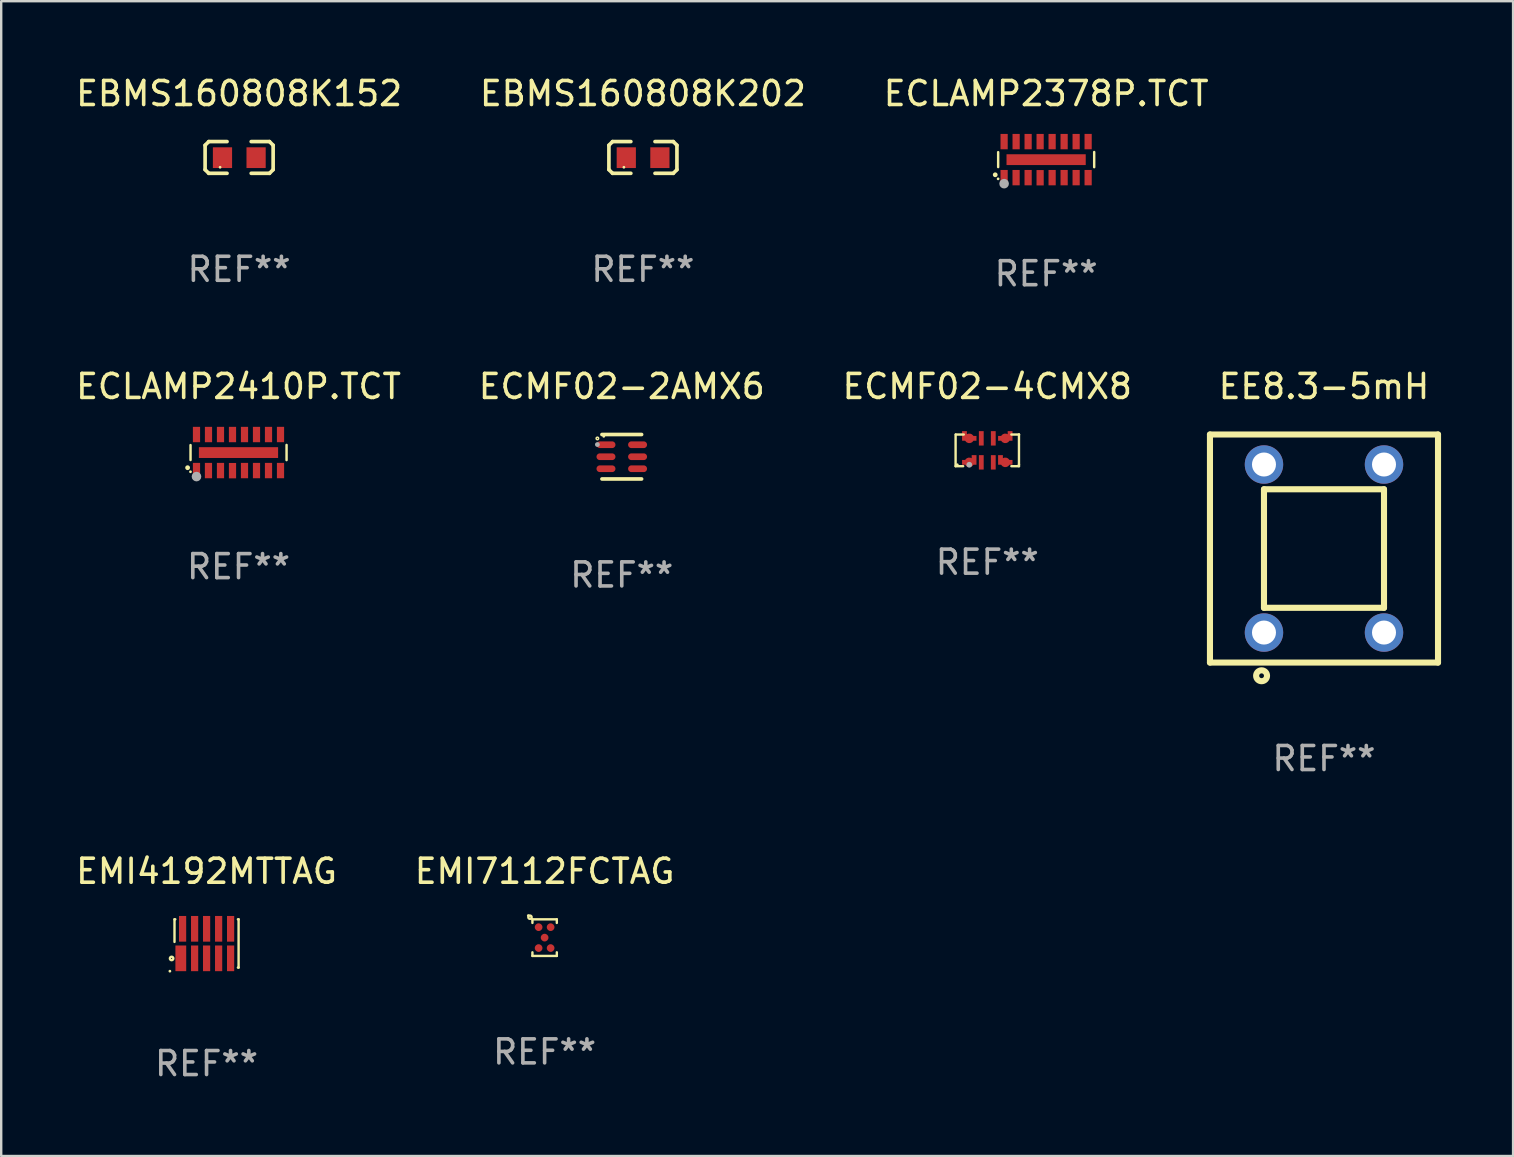
<source format=kicad_pcb>
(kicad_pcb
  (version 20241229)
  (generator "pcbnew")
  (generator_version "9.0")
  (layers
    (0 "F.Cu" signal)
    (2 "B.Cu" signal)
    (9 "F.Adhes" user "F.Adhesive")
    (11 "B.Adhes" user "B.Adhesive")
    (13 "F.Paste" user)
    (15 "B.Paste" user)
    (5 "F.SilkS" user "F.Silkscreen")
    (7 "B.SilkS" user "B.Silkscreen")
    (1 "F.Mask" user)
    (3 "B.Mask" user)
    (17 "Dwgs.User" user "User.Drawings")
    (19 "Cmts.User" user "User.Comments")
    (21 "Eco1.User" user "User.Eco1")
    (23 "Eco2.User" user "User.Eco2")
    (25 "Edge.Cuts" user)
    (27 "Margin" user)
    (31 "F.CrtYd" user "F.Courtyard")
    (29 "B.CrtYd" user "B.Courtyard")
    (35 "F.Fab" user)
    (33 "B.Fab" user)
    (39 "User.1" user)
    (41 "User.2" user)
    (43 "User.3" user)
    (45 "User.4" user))
  (footprint "EMI4192MTTAG"
    (layer "F.Cu")
    (at 5.554 36.251)
    (property "Reference" "EMI4192MTTAG" (at 0 -3.005 0) (layer "F.SilkS") (effects (font (size 1 1) (thickness 0.15))))
    (attr through_hole)
    (fp_line (start -1.335 -1.005) (end -1.335 -0.064) (stroke (width 0.1) (type solid)) (layer "F.SilkS"))
    (fp_line (start -1.302 -1.005) (end -1.335 -1.005) (stroke (width 0.1) (type solid)) (layer "F.SilkS"))
    (fp_line (start 1.335 -1.005) (end 1.307 -1.005) (stroke (width 0.1) (type solid)) (layer "F.SilkS"))
    (fp_line (start 1.335 -1.005) (end 1.335 1.005) (stroke (width 0.1) (type solid)) (layer "F.SilkS"))
    (fp_line (start 1.335 1.005) (end 1.307 1.005) (stroke (width 0.1) (type solid)) (layer "F.SilkS"))
    (fp_circle (center -1.527 1.155) (end -1.497 1.155) (stroke (width 0.06) (type solid)) (fill no) (layer "F.SilkS"))
    (fp_circle (center -1.455 0.625) (end -1.433 0.625) (stroke (width 0.1) (type solid)) (fill no) (layer "F.SilkS"))
    (fp_text user "REF**" (at 0 5.005 0) (layer "F.Fab") (effects (font (size 1 1) (thickness 0.15))))
    (pad "1" smd rect (at -1.072 0.62) (size 0.45 1.07) (layers "F.Cu" "F.Mask" "F.Paste"))
    (pad "2" smd rect (at -0.497 0.62) (size 0.3 1.07) (layers "F.Cu" "F.Mask" "F.Paste"))
    (pad "3" smd rect (at 0.002 0.62) (size 0.3 1.07) (layers "F.Cu" "F.Mask" "F.Paste"))
    (pad "4" smd rect (at 0.503 0.62) (size 0.3 1.07) (layers "F.Cu" "F.Mask" "F.Paste"))
    (pad "5" smd rect (at 1.002 0.62) (size 0.3 1.07) (layers "F.Cu" "F.Mask" "F.Paste"))
    (pad "6" smd rect (at 1.002 -0.61) (size 0.3 1.07) (layers "F.Cu" "F.Mask" "F.Paste"))
    (pad "7" smd rect (at 0.503 -0.61) (size 0.3 1.07) (layers "F.Cu" "F.Mask" "F.Paste"))
    (pad "8" smd rect (at 0.002 -0.61) (size 0.3 1.07) (layers "F.Cu" "F.Mask" "F.Paste"))
    (pad "9" smd rect (at -0.497 -0.61) (size 0.3 1.07) (layers "F.Cu" "F.Mask" "F.Paste"))
    (pad "10" smd rect (at -0.998 -0.61) (size 0.3 1.07) (layers "F.Cu" "F.Mask" "F.Paste")))
  (footprint "ECLAMP2410P.TCT"
    (layer "F.Cu")
    (at 6.887 15.803)
    (property "Reference" "ECLAMP2410P.TCT" (at 0 -2.753 0) (layer "F.SilkS") (effects (font (size 1 1) (thickness 0.15))))
    (attr through_hole)
    (fp_line (start -2 -0.312) (end -2 0.309) (stroke (width 0.102) (type solid)) (layer "F.SilkS"))
    (fp_line (start 2 -0.318) (end 2 0.313) (stroke (width 0.102) (type solid)) (layer "F.SilkS"))
    (fp_circle (center -2.122 0.63) (end -2.072 0.63) (stroke (width 0.1) (type solid)) (fill no) (layer "F.SilkS"))
    (fp_circle (center -2.002 0.799) (end -1.972 0.799) (stroke (width 0.06) (type solid)) (fill no) (layer "F.SilkS"))
    (fp_circle (center -1.752 1) (end -1.752 1) (stroke (width 0.2) (type solid)) (fill no) (layer "F.Fab"))
    (fp_text user "REF**" (at 0 4.753 0) (layer "F.Fab") (effects (font (size 1 1) (thickness 0.15))))
    (pad "1" smd rect (at -1.752 0.749 180) (size 0.3 0.64) (layers "F.Cu" "F.Mask" "F.Paste"))
    (pad "2" smd rect (at -1.253 0.749 180) (size 0.3 0.64) (layers "F.Cu" "F.Mask" "F.Paste"))
    (pad "3" smd rect (at -0.752 0.749 180) (size 0.3 0.64) (layers "F.Cu" "F.Mask" "F.Paste"))
    (pad "4" smd rect (at -0.252 0.753 180) (size 0.3 0.64) (layers "F.Cu" "F.Mask" "F.Paste"))
    (pad "5" smd rect (at 0.248 0.749 180) (size 0.3 0.64) (layers "F.Cu" "F.Mask" "F.Paste"))
    (pad "6" smd rect (at 0.748 0.749 180) (size 0.3 0.64) (layers "F.Cu" "F.Mask" "F.Paste"))
    (pad "7" smd rect (at 1.248 0.749 180) (size 0.3 0.64) (layers "F.Cu" "F.Mask" "F.Paste"))
    (pad "8" smd rect (at 1.748 0.749 180) (size 0.3 0.64) (layers "F.Cu" "F.Mask" "F.Paste"))
    (pad "9" smd rect (at 1.748 -0.753 180) (size 0.3 0.64) (layers "F.Cu" "F.Mask" "F.Paste"))
    (pad "10" smd rect (at 1.248 -0.752 180) (size 0.3 0.64) (layers "F.Cu" "F.Mask" "F.Paste"))
    (pad "11" smd rect (at 0.748 -0.752 180) (size 0.3 0.64) (layers "F.Cu" "F.Mask" "F.Paste"))
    (pad "12" smd rect (at 0.248 -0.752 180) (size 0.3 0.64) (layers "F.Cu" "F.Mask" "F.Paste"))
    (pad "13" smd rect (at -0.252 -0.752 180) (size 0.3 0.64) (layers "F.Cu" "F.Mask" "F.Paste"))
    (pad "14" smd rect (at -0.752 -0.752 180) (size 0.3 0.64) (layers "F.Cu" "F.Mask" "F.Paste"))
    (pad "15" smd rect (at -1.252 -0.752 180) (size 0.3 0.64) (layers "F.Cu" "F.Mask" "F.Paste"))
    (pad "16" smd rect (at -1.752 -0.752 180) (size 0.3 0.64) (layers "F.Cu" "F.Mask" "F.Paste"))
    (pad "17" smd rect (at -0.002 -0.000127 270) (size 0.45 3.3) (layers "F.Cu" "F.Mask" "F.Paste")))
  (footprint "ECLAMP2378P.TCT"
    (layer "F.Cu")
    (at 40.53 3.601)
    (property "Reference" "ECLAMP2378P.TCT" (at 0 -2.753 0) (layer "F.SilkS") (effects (font (size 1 1) (thickness 0.15))))
    (attr through_hole)
    (fp_line (start -2 -0.312) (end -2 0.309) (stroke (width 0.102) (type solid)) (layer "F.SilkS"))
    (fp_line (start 2 -0.318) (end 2 0.313) (stroke (width 0.102) (type solid)) (layer "F.SilkS"))
    (fp_circle (center -2.122 0.63) (end -2.072 0.63) (stroke (width 0.1) (type solid)) (fill no) (layer "F.SilkS"))
    (fp_circle (center -2.002 0.799) (end -1.972 0.799) (stroke (width 0.06) (type solid)) (fill no) (layer "F.SilkS"))
    (fp_circle (center -1.752 1) (end -1.752 1) (stroke (width 0.2) (type solid)) (fill no) (layer "F.Fab"))
    (fp_text user "REF**" (at 0 4.753 0) (layer "F.Fab") (effects (font (size 1 1) (thickness 0.15))))
    (pad "1" smd rect (at -1.752 0.749 180) (size 0.3 0.64) (layers "F.Cu" "F.Mask" "F.Paste"))
    (pad "2" smd rect (at -1.253 0.749 180) (size 0.3 0.64) (layers "F.Cu" "F.Mask" "F.Paste"))
    (pad "3" smd rect (at -0.752 0.749 180) (size 0.3 0.64) (layers "F.Cu" "F.Mask" "F.Paste"))
    (pad "4" smd rect (at -0.252 0.753 180) (size 0.3 0.64) (layers "F.Cu" "F.Mask" "F.Paste"))
    (pad "5" smd rect (at 0.248 0.749 180) (size 0.3 0.64) (layers "F.Cu" "F.Mask" "F.Paste"))
    (pad "6" smd rect (at 0.748 0.749 180) (size 0.3 0.64) (layers "F.Cu" "F.Mask" "F.Paste"))
    (pad "7" smd rect (at 1.248 0.749 180) (size 0.3 0.64) (layers "F.Cu" "F.Mask" "F.Paste"))
    (pad "8" smd rect (at 1.748 0.749 180) (size 0.3 0.64) (layers "F.Cu" "F.Mask" "F.Paste"))
    (pad "9" smd rect (at 1.748 -0.753 180) (size 0.3 0.64) (layers "F.Cu" "F.Mask" "F.Paste"))
    (pad "10" smd rect (at 1.248 -0.752 180) (size 0.3 0.64) (layers "F.Cu" "F.Mask" "F.Paste"))
    (pad "11" smd rect (at 0.748 -0.752 180) (size 0.3 0.64) (layers "F.Cu" "F.Mask" "F.Paste"))
    (pad "12" smd rect (at 0.248 -0.752 180) (size 0.3 0.64) (layers "F.Cu" "F.Mask" "F.Paste"))
    (pad "13" smd rect (at -0.252 -0.752 180) (size 0.3 0.64) (layers "F.Cu" "F.Mask" "F.Paste"))
    (pad "14" smd rect (at -0.752 -0.752 180) (size 0.3 0.64) (layers "F.Cu" "F.Mask" "F.Paste"))
    (pad "15" smd rect (at -1.252 -0.752 180) (size 0.3 0.64) (layers "F.Cu" "F.Mask" "F.Paste"))
    (pad "16" smd rect (at -1.752 -0.752 180) (size 0.3 0.64) (layers "F.Cu" "F.Mask" "F.Paste"))
    (pad "17" smd rect (at -0.002 -0.000127 270) (size 0.45 3.3) (layers "F.Cu" "F.Mask" "F.Paste")))
  (footprint "EBMS160808K152"
    (layer "F.Cu")
    (at 6.911 3.509)
    (property "Reference" "EBMS160808K152" (at 0 -2.661 0) (layer "F.SilkS") (effects (font (size 1 1) (thickness 0.15))))
    (attr through_hole)
    (fp_line (start -1.417 -0.508) (end -1.265 -0.661) (stroke (width 0.152) (type solid)) (layer "F.SilkS"))
    (fp_line (start -1.417 0.508) (end -1.417 -0.508) (stroke (width 0.152) (type solid)) (layer "F.SilkS"))
    (fp_line (start -1.265 -0.661) (end -0.503 -0.661) (stroke (width 0.152) (type solid)) (layer "F.SilkS"))
    (fp_line (start -1.265 0.661) (end -1.417 0.508) (stroke (width 0.152) (type solid)) (layer "F.SilkS"))
    (fp_line (start -1.265 0.661) (end -0.503 0.661) (stroke (width 0.152) (type solid)) (layer "F.SilkS"))
    (fp_line (start 1.265 -0.661) (end 0.503 -0.661) (stroke (width 0.152) (type solid)) (layer "F.SilkS"))
    (fp_line (start 1.265 -0.661) (end 1.417 -0.508) (stroke (width 0.152) (type solid)) (layer "F.SilkS"))
    (fp_line (start 1.265 0.661) (end 0.503 0.661) (stroke (width 0.152) (type solid)) (layer "F.SilkS"))
    (fp_line (start 1.417 -0.508) (end 1.417 0.508) (stroke (width 0.152) (type solid)) (layer "F.SilkS"))
    (fp_line (start 1.417 0.508) (end 1.265 0.661) (stroke (width 0.152) (type solid)) (layer "F.SilkS"))
    (fp_circle (center -0.793 0.409) (end -0.763 0.409) (stroke (width 0.06) (type solid)) (fill no) (layer "F.SilkS"))
    (fp_text user "REF**" (at 0 4.661 0) (layer "F.Fab") (effects (font (size 1 1) (thickness 0.15))))
    (pad "1" smd rect (at -0.693 0.009 180) (size 0.8 0.864) (layers "F.Cu" "F.Mask" "F.Paste"))
    (pad "2" smd rect (at 0.707 0.009 180) (size 0.8 0.864) (layers "F.Cu" "F.Mask" "F.Paste")))
  (footprint "EE8.3-5mH"
    (layer "F.Cu")
    (at 52.103 19.8)
    (property "Reference" "EE8.3-5mH" (at 0 -6.75 0) (layer "F.SilkS") (effects (font (size 1 1) (thickness 0.15))))
    (attr through_hole)
    (fp_line (start -4.75 -4.75) (end 4.75 -4.75) (stroke (width 0.254) (type solid)) (layer "F.SilkS"))
    (fp_line (start -4.75 4.75) (end -4.75 -4.75) (stroke (width 0.254) (type solid)) (layer "F.SilkS"))
    (fp_line (start -2.5 -2.469) (end 2.5 -2.469) (stroke (width 0.254) (type solid)) (layer "F.SilkS"))
    (fp_line (start -2.5 2.469) (end -2.5 -2.469) (stroke (width 0.254) (type solid)) (layer "F.SilkS"))
    (fp_line (start 2.5 -2.469) (end 2.5 2.469) (stroke (width 0.254) (type solid)) (layer "F.SilkS"))
    (fp_line (start 2.5 2.469) (end -2.5 2.469) (stroke (width 0.254) (type solid)) (layer "F.SilkS"))
    (fp_line (start 4.75 -4.75) (end 4.75 4.75) (stroke (width 0.254) (type solid)) (layer "F.SilkS"))
    (fp_line (start 4.75 4.75) (end -4.75 4.75) (stroke (width 0.254) (type solid)) (layer "F.SilkS"))
    (fp_circle (center -4.5 4.75) (end -4.47 4.75) (stroke (width 0.06) (type solid)) (fill no) (layer "F.SilkS"))
    (fp_circle (center -2.6 5.3) (end -2.5 5.3) (stroke (width 0.254) (type solid)) (fill no) (layer "F.SilkS"))
    (fp_text user "REF**" (at 0 8.75 0) (layer "F.Fab") (effects (font (size 1 1) (thickness 0.15))))
    (pad "1" thru_hole circle (at -2.5 3.5) (size 1.6 1.6) (drill 1) (layers "*.Cu" "*.Mask"))
    (pad "2" thru_hole circle (at 2.5 3.5) (size 1.6 1.6) (drill 1) (layers "*.Cu" "*.Mask"))
    (pad "3" thru_hole circle (at 2.5 -3.5) (size 1.6 1.6) (drill 1) (layers "*.Cu" "*.Mask"))
    (pad "4" thru_hole circle (at -2.5 -3.5) (size 1.6 1.6) (drill 1) (layers "*.Cu" "*.Mask")))
  (footprint "ECMF02-4CMX8"
    (layer "F.Cu")
    (at 38.077 15.71)
    (property "Reference" "ECMF02-4CMX8" (at 0 -2.66 0) (layer "F.SilkS") (effects (font (size 1 1) (thickness 0.15))))
    (attr through_hole)
    (fp_line (start -1.32 0.66) (end -1.32 -0.66) (stroke (width 0.1) (type solid)) (layer "F.SilkS"))
    (fp_line (start -1.308 -0.66) (end -0.98 -0.66) (stroke (width 0.1) (type solid)) (layer "F.SilkS"))
    (fp_line (start -1.004 0.66) (end -1.32 0.66) (stroke (width 0.1) (type solid)) (layer "F.SilkS"))
    (fp_line (start 1.004 -0.66) (end 1.32 -0.66) (stroke (width 0.1) (type solid)) (layer "F.SilkS"))
    (fp_line (start 1.32 -0.66) (end 1.32 -0.65) (stroke (width 0.1) (type solid)) (layer "F.SilkS"))
    (fp_line (start 1.32 -0.65) (end 1.32 0.59) (stroke (width 0.1) (type solid)) (layer "F.SilkS"))
    (fp_line (start 1.32 0.59) (end 1.32 0.66) (stroke (width 0.1) (type solid)) (layer "F.SilkS"))
    (fp_line (start 1.32 0.66) (end 1.004 0.66) (stroke (width 0.1) (type solid)) (layer "F.SilkS"))
    (fp_circle (center -1.25 0.6) (end -1.22 0.6) (stroke (width 0.06) (type solid)) (fill no) (layer "F.SilkS"))
    (fp_circle (center -0.75 0.6) (end -0.69 0.6) (stroke (width 0.12) (type solid)) (fill no) (layer "F.Fab"))
    (fp_text user "REF**" (at 0 4.66 0) (layer "F.Fab") (effects (font (size 1 1) (thickness 0.15))))
    (pad "1" smd custom (at -0.75 0.5 270) (size 0.4 0.6) (layers "F.Cu" "F.Mask" "F.Paste") (options (anchor circle)) (primitives (gr_poly (pts (xy 0.1 -0.3) (xy 0.1 0.3) (xy -0.1 0.3) (xy -0.1 -0.1) (xy -0.3 -0.1) (xy -0.3 -0.3) (xy -0.1 -0.3)) (width 0) (fill yes))))
    (pad "2" smd rect (at -0.25 0.5 270) (size 0.6 0.2) (layers "F.Cu" "F.Mask" "F.Paste"))
    (pad "3" smd rect (at 0.25 0.5 90) (size 0.6 0.2) (layers "F.Cu" "F.Mask" "F.Paste"))
    (pad "4" smd custom (at 0.75 0.5 90) (size 0.4 0.6) (layers "F.Cu" "F.Mask" "F.Paste") (options (anchor circle)) (primitives (gr_poly (pts (xy -0.1 -0.3) (xy -0.1 0.3) (xy 0.1 0.3) (xy 0.1 -0.1) (xy 0.3 -0.1) (xy 0.3 -0.3) (xy 0.1 -0.3)) (width 0) (fill yes))))
    (pad "5" smd custom (at 0.75 -0.5 90) (size 0.4 0.6) (layers "F.Cu" "F.Mask" "F.Paste") (options (anchor circle)) (primitives (gr_poly (pts (xy -0.1 0.3) (xy -0.1 -0.3) (xy 0.1 -0.3) (xy 0.1 0.1) (xy 0.3 0.1) (xy 0.3 0.3) (xy 0.1 0.3)) (width 0) (fill yes))))
    (pad "6" smd rect (at 0.25 -0.5 90) (size 0.6 0.2) (layers "F.Cu" "F.Mask" "F.Paste"))
    (pad "7" smd rect (at -0.25 -0.5 270) (size 0.6 0.2) (layers "F.Cu" "F.Mask" "F.Paste"))
    (pad "8" smd custom (at -0.75 -0.5 270) (size 0.4 0.6) (layers "F.Cu" "F.Mask" "F.Paste") (options (anchor circle)) (primitives (gr_poly (pts (xy 0.1 0.3) (xy 0.1 -0.3) (xy -0.1 -0.3) (xy -0.1 0.1) (xy -0.3 0.1) (xy -0.3 0.3) (xy -0.1 0.3)) (width 0) (fill yes)))))
  (footprint "EMI7112FCTAG"
    (layer "F.Cu")
    (at 19.637 36.008)
    (property "Reference" "EMI7112FCTAG" (at 0 -2.762 0) (layer "F.SilkS") (effects (font (size 1 1) (thickness 0.15))))
    (attr through_hole)
    (fp_line (start -0.508 -0.762) (end -0.508 -0.612) (stroke (width 0.1) (type solid)) (layer "F.SilkS"))
    (fp_line (start -0.508 0.612) (end -0.508 0.762) (stroke (width 0.1) (type solid)) (layer "F.SilkS"))
    (fp_line (start -0.508 0.762) (end 0.508 0.762) (stroke (width 0.1) (type solid)) (layer "F.SilkS"))
    (fp_line (start 0.508 -0.762) (end -0.508 -0.762) (stroke (width 0.1) (type solid)) (layer "F.SilkS"))
    (fp_line (start 0.508 -0.612) (end 0.508 -0.762) (stroke (width 0.1) (type solid)) (layer "F.SilkS"))
    (fp_line (start 0.508 0.762) (end 0.508 0.612) (stroke (width 0.1) (type solid)) (layer "F.SilkS"))
    (fp_circle (center -0.679 -0.919) (end -0.649 -0.919) (stroke (width 0.06) (type solid)) (fill no) (layer "F.SilkS"))
    (fp_circle (center -0.61 -0.85) (end -0.591 -0.85) (stroke (width 0.1) (type solid)) (fill no) (layer "F.SilkS"))
    (fp_text user "REF**" (at 0 4.762 0) (layer "F.Fab") (effects (font (size 1 1) (thickness 0.15))))
    (pad "A1" smd circle (at -0.25 -0.435) (size 0.32 0.32) (layers "F.Cu" "F.Mask" "F.Paste"))
    (pad "A3" smd circle (at 0.25 -0.435) (size 0.32 0.32) (layers "F.Cu" "F.Mask" "F.Paste"))
    (pad "B2" smd circle (at -0.000076 0.000102) (size 0.32 0.32) (layers "F.Cu" "F.Mask" "F.Paste"))
    (pad "C1" smd circle (at -0.25 0.435) (size 0.32 0.32) (layers "F.Cu" "F.Mask" "F.Paste"))
    (pad "C3" smd circle (at 0.25 0.435) (size 0.32 0.32) (layers "F.Cu" "F.Mask" "F.Paste")))
  (footprint "EBMS160808K202"
    (layer "F.Cu")
    (at 23.732 3.509)
    (property "Reference" "EBMS160808K202" (at 0 -2.661 0) (layer "F.SilkS") (effects (font (size 1 1) (thickness 0.15))))
    (attr through_hole)
    (fp_line (start -1.417 -0.508) (end -1.265 -0.661) (stroke (width 0.152) (type solid)) (layer "F.SilkS"))
    (fp_line (start -1.417 0.508) (end -1.417 -0.508) (stroke (width 0.152) (type solid)) (layer "F.SilkS"))
    (fp_line (start -1.265 -0.661) (end -0.503 -0.661) (stroke (width 0.152) (type solid)) (layer "F.SilkS"))
    (fp_line (start -1.265 0.661) (end -1.417 0.508) (stroke (width 0.152) (type solid)) (layer "F.SilkS"))
    (fp_line (start -1.265 0.661) (end -0.503 0.661) (stroke (width 0.152) (type solid)) (layer "F.SilkS"))
    (fp_line (start 1.265 -0.661) (end 0.503 -0.661) (stroke (width 0.152) (type solid)) (layer "F.SilkS"))
    (fp_line (start 1.265 -0.661) (end 1.417 -0.508) (stroke (width 0.152) (type solid)) (layer "F.SilkS"))
    (fp_line (start 1.265 0.661) (end 0.503 0.661) (stroke (width 0.152) (type solid)) (layer "F.SilkS"))
    (fp_line (start 1.417 -0.508) (end 1.417 0.508) (stroke (width 0.152) (type solid)) (layer "F.SilkS"))
    (fp_line (start 1.417 0.508) (end 1.265 0.661) (stroke (width 0.152) (type solid)) (layer "F.SilkS"))
    (fp_circle (center -0.793 0.409) (end -0.763 0.409) (stroke (width 0.06) (type solid)) (fill no) (layer "F.SilkS"))
    (fp_text user "REF**" (at 0 4.661 0) (layer "F.Fab") (effects (font (size 1 1) (thickness 0.15))))
    (pad "1" smd rect (at -0.693 0.009 180) (size 0.8 0.864) (layers "F.Cu" "F.Mask" "F.Paste"))
    (pad "2" smd rect (at 0.707 0.009 180) (size 0.8 0.864) (layers "F.Cu" "F.Mask" "F.Paste")))
  (footprint "ECMF02-2AMX6"
    (layer "F.Cu")
    (at 22.851 15.976)
    (property "Reference" "ECMF02-2AMX6" (at 0 -2.926 0) (layer "F.SilkS") (effects (font (size 1 1) (thickness 0.15))))
    (attr through_hole)
    (fp_line (start -0.826 -0.926) (end 0.826 -0.926) (stroke (width 0.152) (type solid)) (layer "F.SilkS"))
    (fp_line (start -0.826 0.926) (end 0.826 0.926) (stroke (width 0.152) (type solid)) (layer "F.SilkS"))
    (fp_circle (center -1.016 -0.762) (end -0.995 -0.762) (stroke (width 0.063) (type solid)) (fill no) (layer "F.SilkS"))
    (fp_circle (center -0.75 -0.85) (end -0.72 -0.85) (stroke (width 0.06) (type solid)) (fill no) (layer "F.SilkS"))
    (fp_circle (center -1.016 -0.508) (end -0.966 -0.508) (stroke (width 0.1) (type solid)) (fill no) (layer "F.Fab"))
    (fp_text user "REF**" (at 0 4.926 0) (layer "F.Fab") (effects (font (size 1 1) (thickness 0.15))))
    (pad "1" smd oval (at -0.658 -0.5) (size 0.79 0.28) (layers "F.Cu" "F.Mask" "F.Paste"))
    (pad "2" smd oval (at -0.658 -0.000013) (size 0.79 0.28) (layers "F.Cu" "F.Mask" "F.Paste"))
    (pad "3" smd oval (at -0.658 0.5) (size 0.79 0.28) (layers "F.Cu" "F.Mask" "F.Paste"))
    (pad "4" smd oval (at 0.658 0.5) (size 0.79 0.28) (layers "F.Cu" "F.Mask" "F.Paste"))
    (pad "5" smd oval (at 0.658 -0.000013) (size 0.79 0.28) (layers "F.Cu" "F.Mask" "F.Paste"))
    (pad "6" smd oval (at 0.658 -0.5) (size 0.79 0.28) (layers "F.Cu" "F.Mask" "F.Paste")))
  (gr_rect
    (start -3 -3)
    (end 59.98 45.105)
    (stroke (width 0.1) (type default))
    (fill no)
    (layer "Edge.Cuts")))
</source>
